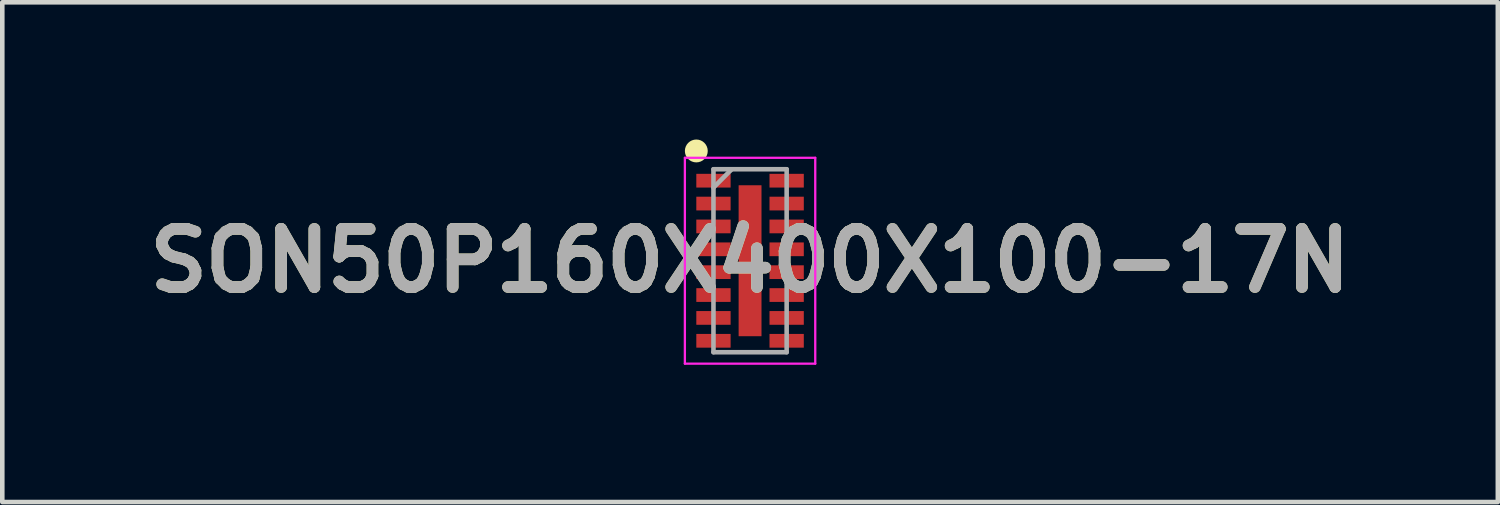
<source format=kicad_pcb>
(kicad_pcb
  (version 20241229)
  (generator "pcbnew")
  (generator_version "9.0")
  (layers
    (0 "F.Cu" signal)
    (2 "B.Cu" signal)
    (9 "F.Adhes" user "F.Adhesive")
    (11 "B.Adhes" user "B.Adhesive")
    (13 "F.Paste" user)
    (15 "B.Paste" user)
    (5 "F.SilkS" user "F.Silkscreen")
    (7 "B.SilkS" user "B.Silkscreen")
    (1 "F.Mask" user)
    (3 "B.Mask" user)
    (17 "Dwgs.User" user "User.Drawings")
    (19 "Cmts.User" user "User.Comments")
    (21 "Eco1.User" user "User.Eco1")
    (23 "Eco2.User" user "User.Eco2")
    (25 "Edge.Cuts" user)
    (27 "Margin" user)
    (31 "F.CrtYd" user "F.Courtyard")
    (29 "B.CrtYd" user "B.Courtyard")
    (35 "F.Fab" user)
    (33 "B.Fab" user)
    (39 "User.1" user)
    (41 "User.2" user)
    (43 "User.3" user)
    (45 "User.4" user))
  (footprint "SON50P160X400X100-17N"
    (layer "F.Cu")
    (at 13.347 2.65)
    (property "Reference" "SON50P160X400X100-17N" (at 0 0 0) (layer "F.SilkS") (effects (font (size 1.27 1.27) (thickness 0.254))))
    (attr smd)
    (fp_circle (center -1.175 -2.4) (end -1.175 -2.275) (stroke (width 0.25) (type solid)) (fill no) (layer "F.SilkS"))
    (fp_line (start -1.425 -2.25) (end 1.425 -2.25) (stroke (width 0.05) (type solid)) (layer "F.CrtYd"))
    (fp_line (start -1.425 2.25) (end -1.425 -2.25) (stroke (width 0.05) (type solid)) (layer "F.CrtYd"))
    (fp_line (start 1.425 -2.25) (end 1.425 2.25) (stroke (width 0.05) (type solid)) (layer "F.CrtYd"))
    (fp_line (start 1.425 2.25) (end -1.425 2.25) (stroke (width 0.05) (type solid)) (layer "F.CrtYd"))
    (fp_line (start -0.8 -2) (end 0.8 -2) (stroke (width 0.1) (type solid)) (layer "F.Fab"))
    (fp_line (start -0.8 -1.6) (end -0.4 -2) (stroke (width 0.1) (type solid)) (layer "F.Fab"))
    (fp_line (start -0.8 2) (end -0.8 -2) (stroke (width 0.1) (type solid)) (layer "F.Fab"))
    (fp_line (start 0.8 -2) (end 0.8 2) (stroke (width 0.1) (type solid)) (layer "F.Fab"))
    (fp_line (start 0.8 2) (end -0.8 2) (stroke (width 0.1) (type solid)) (layer "F.Fab"))
    (fp_text user "${REFERENCE}" (at 0 0 0) (layer "F.Fab") (effects (font (size 1.27 1.27) (thickness 0.254))))
    (pad "1" smd rect (at -0.8 -1.75 90) (size 0.3 0.75) (layers "F.Cu" "F.Mask" "F.Paste"))
    (pad "2" smd rect (at -0.8 -1.25 90) (size 0.3 0.75) (layers "F.Cu" "F.Mask" "F.Paste"))
    (pad "3" smd rect (at -0.8 -0.75 90) (size 0.3 0.75) (layers "F.Cu" "F.Mask" "F.Paste"))
    (pad "4" smd rect (at -0.8 -0.25 90) (size 0.3 0.75) (layers "F.Cu" "F.Mask" "F.Paste"))
    (pad "5" smd rect (at -0.8 0.25 90) (size 0.3 0.75) (layers "F.Cu" "F.Mask" "F.Paste"))
    (pad "6" smd rect (at -0.8 0.75 90) (size 0.3 0.75) (layers "F.Cu" "F.Mask" "F.Paste"))
    (pad "7" smd rect (at -0.8 1.25 90) (size 0.3 0.75) (layers "F.Cu" "F.Mask" "F.Paste"))
    (pad "8" smd rect (at -0.8 1.75 90) (size 0.3 0.75) (layers "F.Cu" "F.Mask" "F.Paste"))
    (pad "9" smd rect (at 0.8 1.75 90) (size 0.3 0.75) (layers "F.Cu" "F.Mask" "F.Paste"))
    (pad "10" smd rect (at 0.8 1.25 90) (size 0.3 0.75) (layers "F.Cu" "F.Mask" "F.Paste"))
    (pad "11" smd rect (at 0.8 0.75 90) (size 0.3 0.75) (layers "F.Cu" "F.Mask" "F.Paste"))
    (pad "12" smd rect (at 0.8 0.25 90) (size 0.3 0.75) (layers "F.Cu" "F.Mask" "F.Paste"))
    (pad "13" smd rect (at 0.8 -0.25 90) (size 0.3 0.75) (layers "F.Cu" "F.Mask" "F.Paste"))
    (pad "14" smd rect (at 0.8 -0.75 90) (size 0.3 0.75) (layers "F.Cu" "F.Mask" "F.Paste"))
    (pad "15" smd rect (at 0.8 -1.25 90) (size 0.3 0.75) (layers "F.Cu" "F.Mask" "F.Paste"))
    (pad "16" smd rect (at 0.8 -1.75 90) (size 0.3 0.75) (layers "F.Cu" "F.Mask" "F.Paste"))
    (pad "17" smd rect (at 0 0) (size 0.5 3.3) (layers "F.Cu" "F.Mask" "F.Paste")))
  (gr_rect
    (start -3 -3)
    (end 29.694 7.925)
    (stroke (width 0.1) (type default))
    (fill no)
    (layer "Edge.Cuts")))
</source>
